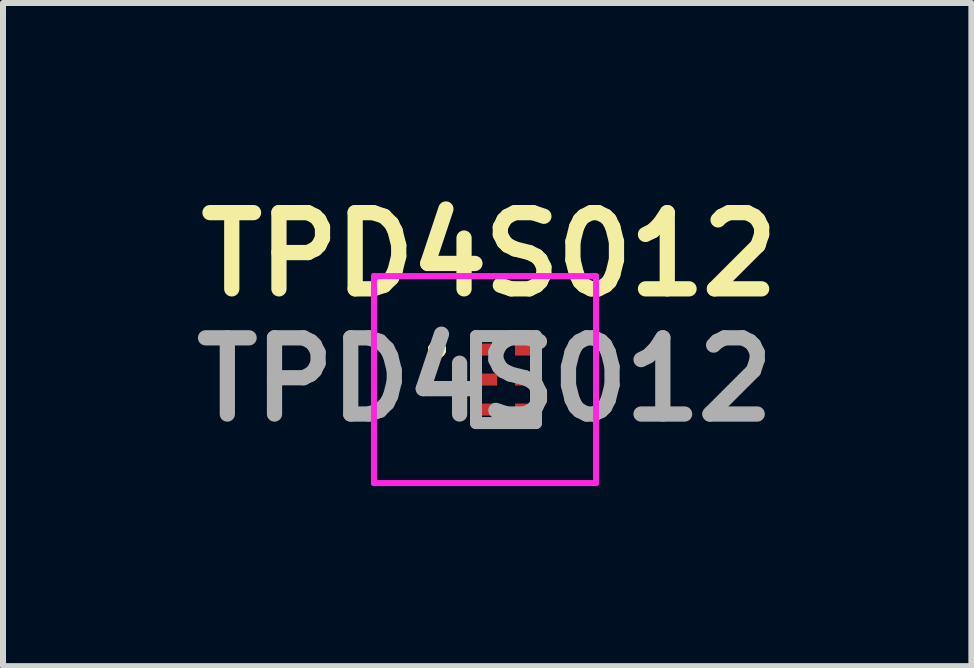
<source format=kicad_pcb>
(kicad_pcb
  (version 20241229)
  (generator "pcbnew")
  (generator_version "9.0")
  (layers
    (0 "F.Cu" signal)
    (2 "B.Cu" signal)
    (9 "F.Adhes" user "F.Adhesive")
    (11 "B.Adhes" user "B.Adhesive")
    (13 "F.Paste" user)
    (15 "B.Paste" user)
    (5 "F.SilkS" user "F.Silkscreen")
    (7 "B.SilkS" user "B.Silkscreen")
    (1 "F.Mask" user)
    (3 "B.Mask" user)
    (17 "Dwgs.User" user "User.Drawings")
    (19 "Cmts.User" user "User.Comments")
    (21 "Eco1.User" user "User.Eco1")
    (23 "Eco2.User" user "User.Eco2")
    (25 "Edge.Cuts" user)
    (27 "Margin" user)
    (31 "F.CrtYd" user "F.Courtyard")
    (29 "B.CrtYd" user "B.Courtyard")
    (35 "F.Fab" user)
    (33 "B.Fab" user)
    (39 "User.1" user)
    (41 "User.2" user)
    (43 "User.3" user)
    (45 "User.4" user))
  (footprint "TPD4S012"
    (layer "F.Cu")
    (at 5.382 3.275)
    (property "Reference" "TPD4S012" (at -0.276 -2.086 0) (layer "F.SilkS") (effects (font (size 1.27 1.27) (thickness 0.254))))
    (attr smd)
    (fp_line (start -1.2 -0.5) (end -1.2 -0.5) (stroke (width 0.2) (type solid)) (layer "F.SilkS"))
    (fp_line (start -1.2 -0.5) (end -1.2 -0.5) (stroke (width 0.2) (type solid)) (layer "F.SilkS"))
    (fp_line (start -1.1 -0.5) (end -1.1 -0.5) (stroke (width 0.2) (type solid)) (layer "F.SilkS"))
    (fp_arc (start -1.2 -0.5) (mid -1.15 -0.55) (end -1.1 -0.5) (stroke (width 0.2) (type solid)) (layer "F.SilkS"))
    (fp_arc (start -1.1 -0.5) (mid -1.15 -0.45) (end -1.2 -0.5) (stroke (width 0.2) (type solid)) (layer "F.SilkS"))
    (fp_arc (start -1.1 -0.5) (mid -1.15 -0.45) (end -1.2 -0.5) (stroke (width 0.2) (type solid)) (layer "F.SilkS"))
    (fp_line (start -2.2 -1.725) (end 1.5 -1.725) (stroke (width 0.1) (type solid)) (layer "F.CrtYd"))
    (fp_line (start -2.2 1.725) (end -2.2 -1.725) (stroke (width 0.1) (type solid)) (layer "F.CrtYd"))
    (fp_line (start 1.5 -1.725) (end 1.5 1.725) (stroke (width 0.1) (type solid)) (layer "F.CrtYd"))
    (fp_line (start 1.5 1.725) (end -2.2 1.725) (stroke (width 0.1) (type solid)) (layer "F.CrtYd"))
    (fp_line (start -0.5 -0.725) (end -0.5 0.725) (stroke (width 0.2) (type solid)) (layer "F.Fab"))
    (fp_line (start -0.5 0.725) (end 0.5 0.725) (stroke (width 0.2) (type solid)) (layer "F.Fab"))
    (fp_line (start 0.5 -0.725) (end -0.5 -0.725) (stroke (width 0.2) (type solid)) (layer "F.Fab"))
    (fp_line (start 0.5 0.725) (end 0.5 -0.725) (stroke (width 0.2) (type solid)) (layer "F.Fab"))
    (fp_text user "${REFERENCE}" (at -0.35 0 0) (layer "F.Fab") (effects (font (size 1.27 1.27) (thickness 0.254))))
    (pad "1" smd rect (at -0.275 -0.5 90) (size 0.2 0.35) (layers "F.Cu" "F.Mask" "F.Paste"))
    (pad "2" smd rect (at -0.3 0 90) (size 0.2 0.3) (layers "F.Cu" "F.Mask" "F.Paste"))
    (pad "3" smd rect (at -0.3 0.5 90) (size 0.2 0.3) (layers "F.Cu" "F.Mask" "F.Paste"))
    (pad "4" smd rect (at 0.3 0.5 90) (size 0.2 0.3) (layers "F.Cu" "F.Mask" "F.Paste"))
    (pad "5" smd rect (at 0.3 0 90) (size 0.2 0.3) (layers "F.Cu" "F.Mask" "F.Paste"))
    (pad "6" smd rect (at 0.3 -0.5 90) (size 0.2 0.3) (layers "F.Cu" "F.Mask" "F.Paste")))
  (gr_rect
    (start -3 -3)
    (end 13.137 8.05)
    (stroke (width 0.1) (type default))
    (fill no)
    (layer "Edge.Cuts")))
</source>
